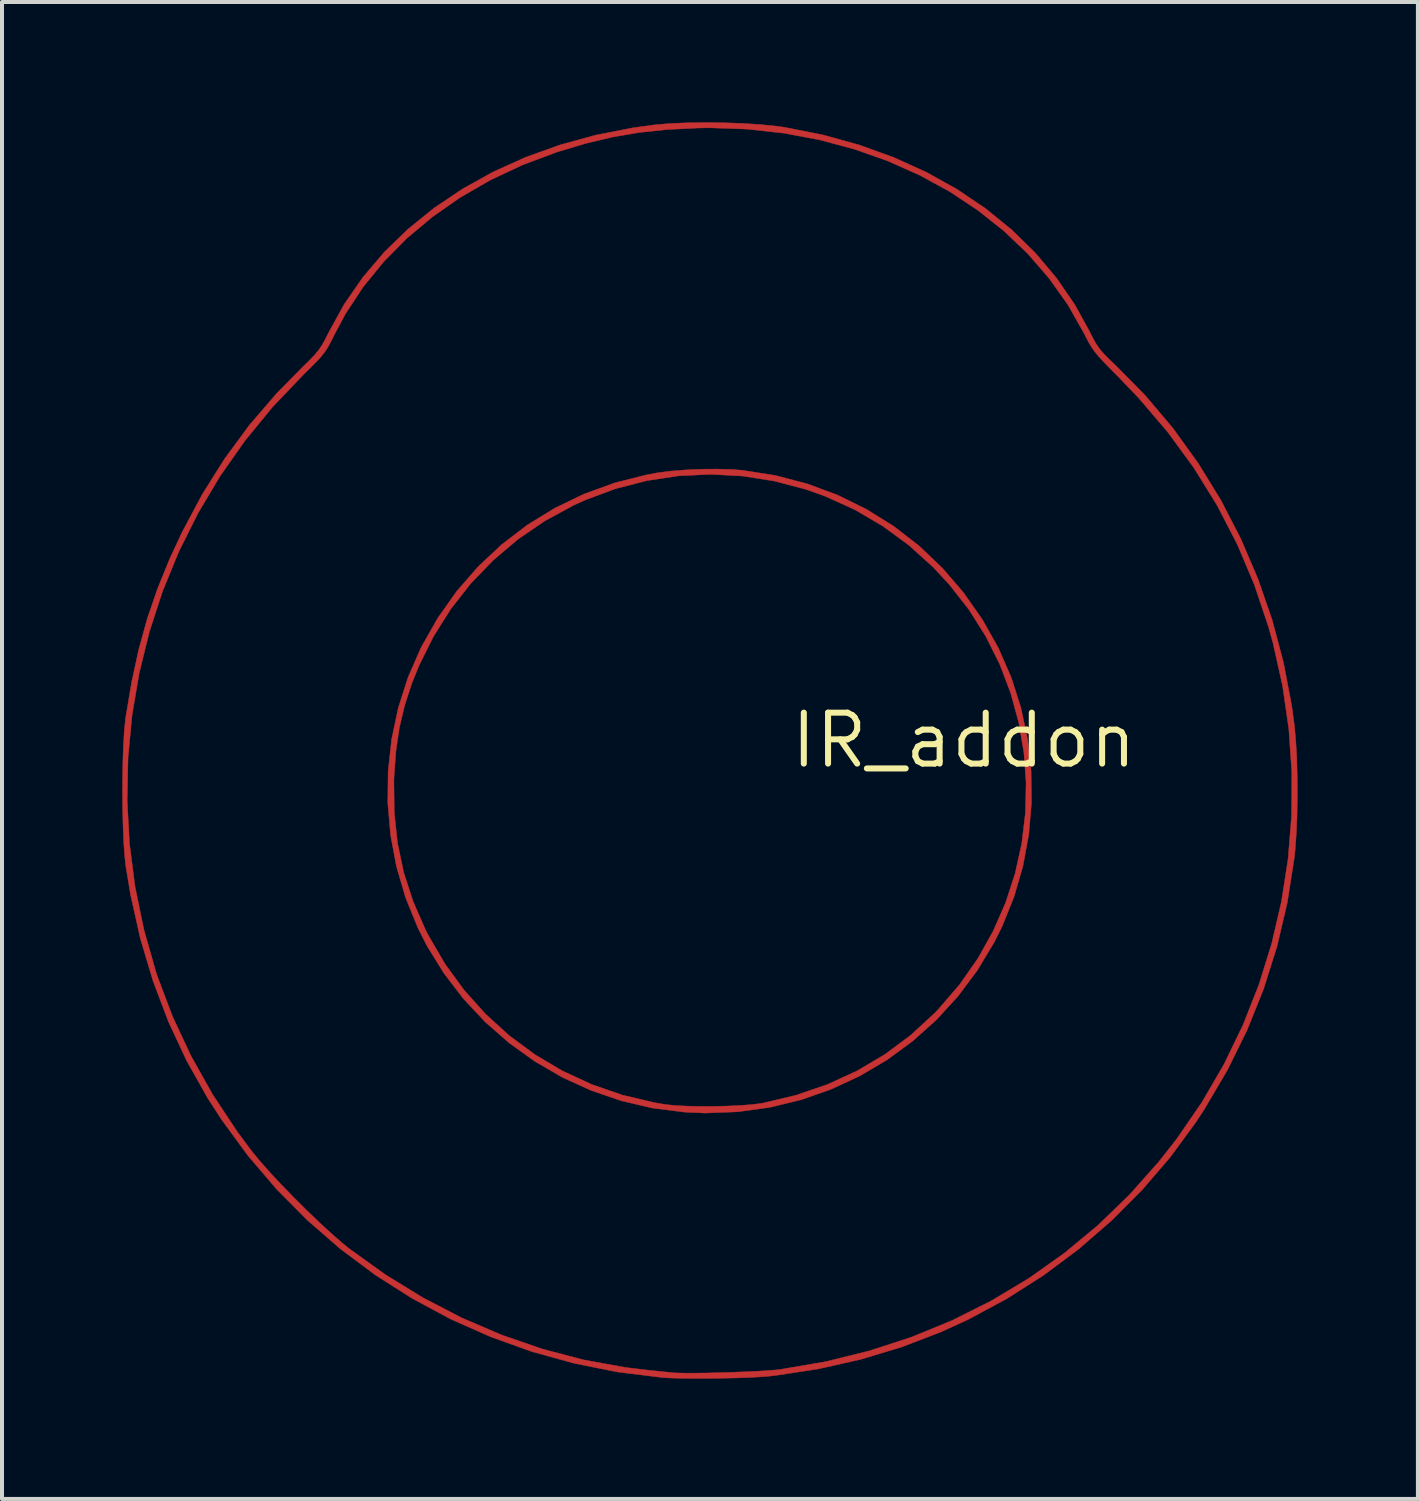
<source format=kicad_pcb>
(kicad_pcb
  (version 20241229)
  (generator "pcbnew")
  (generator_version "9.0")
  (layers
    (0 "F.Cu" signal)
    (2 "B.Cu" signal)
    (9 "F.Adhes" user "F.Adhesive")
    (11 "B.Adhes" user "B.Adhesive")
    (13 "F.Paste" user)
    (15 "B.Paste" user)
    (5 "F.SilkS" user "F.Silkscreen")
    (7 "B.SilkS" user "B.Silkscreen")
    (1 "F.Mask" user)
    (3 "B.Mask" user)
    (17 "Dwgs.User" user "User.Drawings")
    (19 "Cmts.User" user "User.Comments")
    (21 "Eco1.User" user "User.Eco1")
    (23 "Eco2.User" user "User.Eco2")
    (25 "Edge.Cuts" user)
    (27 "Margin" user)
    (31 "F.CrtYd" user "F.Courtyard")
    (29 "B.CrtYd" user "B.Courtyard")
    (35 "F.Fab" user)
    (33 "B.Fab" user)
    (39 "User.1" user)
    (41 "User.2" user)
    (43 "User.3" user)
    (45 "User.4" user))
  (footprint "IR_addon"
    (layer "F.Cu")
    (at 20.984 15.41)
    (property "Reference" "IR_addon" (at 0 0 0) (layer "F.SilkS") (effects (font (size 1.27 1.27) (thickness 0.15))))
    (attr through_hole)
    (fp_poly (pts (xy -5.773 -6.754) (xy -5.524 -6.734) (xy -4.702 -6.605) (xy -3.909 -6.398) (xy -3.149 -6.116) (xy -2.428 -5.761) (xy -1.749 -5.338) (xy -1.116 -4.848) (xy -0.534 -4.294) (xy -0.006 -3.679) (xy 0.464 -3.007) (xy 0.86 -2.303) (xy 1.18 -1.569) (xy 1.423 -0.81) (xy 1.588 -0.031) (xy 1.676 0.759) (xy 1.686 1.554) (xy 1.618 2.347) (xy 1.474 3.13) (xy 1.252 3.897) (xy 0.953 4.64) (xy 0.758 5.032) (xy 0.336 5.734) (xy -0.147 6.381) (xy -0.687 6.971) (xy -1.279 7.501) (xy -1.917 7.968) (xy -2.597 8.369) (xy -3.314 8.702) (xy -4.063 8.964) (xy -4.838 9.152) (xy -5.634 9.262) (xy -6.447 9.294) (xy -6.964 9.271) (xy -7.761 9.17) (xy -8.538 8.989) (xy -9.29 8.732) (xy -10.011 8.404) (xy -10.696 8.006) (xy -11.339 7.545) (xy -11.935 7.023) (xy -12.478 6.443) (xy -12.963 5.811) (xy -13.384 5.13) (xy -13.614 4.677) (xy -13.92 3.925) (xy -14.147 3.152) (xy -14.295 2.363) (xy -14.365 1.565) (xy -14.359 1.002) (xy -14.212 1.002) (xy -14.203 1.801) (xy -14.122 2.563) (xy -13.967 3.297) (xy -13.735 4.013) (xy -13.425 4.722) (xy -13.35 4.869) (xy -12.937 5.577) (xy -12.46 6.231) (xy -11.924 6.828) (xy -11.334 7.364) (xy -10.693 7.837) (xy -10.006 8.244) (xy -9.277 8.581) (xy -8.51 8.846) (xy -7.71 9.035) (xy -7.448 9.079) (xy -7.223 9.104) (xy -6.936 9.119) (xy -6.608 9.127) (xy -6.259 9.127) (xy -5.908 9.119) (xy -5.578 9.104) (xy -5.287 9.082) (xy -5.056 9.053) (xy -5.016 9.046) (xy -4.188 8.849) (xy -3.404 8.581) (xy -2.665 8.242) (xy -1.973 7.833) (xy -1.327 7.353) (xy -0.73 6.803) (xy -0.635 6.704) (xy -0.105 6.088) (xy 0.351 5.435) (xy 0.733 4.751) (xy 1.043 4.042) (xy 1.279 3.313) (xy 1.443 2.569) (xy 1.533 1.815) (xy 1.551 1.059) (xy 1.496 0.304) (xy 1.368 -0.444) (xy 1.167 -1.179) (xy 0.894 -1.896) (xy 0.548 -2.589) (xy 0.13 -3.253) (xy -0.361 -3.882) (xy -0.764 -4.316) (xy -1.373 -4.866) (xy -2.028 -5.346) (xy -2.727 -5.755) (xy -3.465 -6.089) (xy -3.941 -6.258) (xy -4.726 -6.465) (xy -5.522 -6.59) (xy -6.322 -6.633) (xy -7.12 -6.594) (xy -7.911 -6.474) (xy -8.688 -6.273) (xy -9.444 -5.992) (xy -9.73 -5.862) (xy -10.45 -5.471) (xy -11.12 -5.013) (xy -11.735 -4.492) (xy -12.294 -3.913) (xy -12.791 -3.279) (xy -13.223 -2.594) (xy -13.587 -1.863) (xy -13.763 -1.427) (xy -13.944 -0.872) (xy -14.076 -0.315) (xy -14.162 0.269) (xy -14.208 0.902) (xy -14.212 1.002) (xy -14.359 1.002) (xy -14.356 0.766) (xy -14.269 -0.028) (xy -14.103 -0.81) (xy -13.859 -1.573) (xy -13.537 -2.31) (xy -13.525 -2.333) (xy -13.114 -3.056) (xy -12.641 -3.724) (xy -12.108 -4.335) (xy -11.521 -4.885) (xy -10.883 -5.372) (xy -10.198 -5.792) (xy -9.471 -6.142) (xy -8.705 -6.42) (xy -7.904 -6.622) (xy -7.641 -6.671) (xy -7.319 -6.713) (xy -6.943 -6.743) (xy -6.54 -6.761) (xy -6.14 -6.764) (xy -5.773 -6.754)) (stroke (width 0.01) (type solid)) (fill yes) (layer "F.Cu"))
    (fp_poly (pts (xy -5.973 -15.399) (xy -5.502 -15.382) (xy -5.059 -15.353) (xy -4.667 -15.314) (xy -4.466 -15.285) (xy -3.52 -15.098) (xy -2.613 -14.847) (xy -1.751 -14.536) (xy -0.935 -14.166) (xy -0.17 -13.74) (xy 0.54 -13.261) (xy 1.193 -12.73) (xy 1.785 -12.15) (xy 2.312 -11.524) (xy 2.772 -10.853) (xy 3.119 -10.223) (xy 3.217 -10.029) (xy 3.301 -9.88) (xy 3.387 -9.756) (xy 3.492 -9.635) (xy 3.63 -9.495) (xy 3.777 -9.356) (xy 4.525 -8.597) (xy 5.215 -7.78) (xy 5.842 -6.91) (xy 6.406 -5.992) (xy 6.902 -5.032) (xy 7.33 -4.033) (xy 7.687 -3.002) (xy 7.969 -1.942) (xy 8.175 -0.86) (xy 8.24 -0.381) (xy 8.275 -0.005) (xy 8.3 0.432) (xy 8.313 0.908) (xy 8.316 1.4) (xy 8.307 1.887) (xy 8.288 2.345) (xy 8.258 2.753) (xy 8.24 2.921) (xy 8.065 4.042) (xy 7.81 5.131) (xy 7.477 6.19) (xy 7.064 7.22) (xy 6.572 8.22) (xy 6 9.192) (xy 5.782 9.525) (xy 5.148 10.39) (xy 4.446 11.208) (xy 3.682 11.975) (xy 2.861 12.686) (xy 1.989 13.337) (xy 1.071 13.922) (xy 0.113 14.438) (xy -0.574 14.753) (xy -1.555 15.129) (xy -2.578 15.437) (xy -3.629 15.674) (xy -4.697 15.837) (xy -4.847 15.854) (xy -5.064 15.871) (xy -5.344 15.886) (xy -5.67 15.898) (xy -6.021 15.906) (xy -6.38 15.91) (xy -6.728 15.911) (xy -7.047 15.908) (xy -7.318 15.9) (xy -7.514 15.889) (xy -8.626 15.752) (xy -9.715 15.535) (xy -10.776 15.241) (xy -11.805 14.871) (xy -12.801 14.429) (xy -13.758 13.915) (xy -14.674 13.332) (xy -15.544 12.683) (xy -16.366 11.969) (xy -17.136 11.193) (xy -17.851 10.356) (xy -18.506 9.462) (xy -18.856 8.92) (xy -19.377 7.995) (xy -19.832 7.02) (xy -20.218 6) (xy -20.535 4.942) (xy -20.779 3.85) (xy -20.898 3.133) (xy -20.926 2.873) (xy -20.949 2.547) (xy -20.965 2.171) (xy -20.975 1.76) (xy -20.978 1.501) (xy -20.863 1.501) (xy -20.805 2.574) (xy -20.667 3.647) (xy -20.447 4.716) (xy -20.145 5.777) (xy -20.11 5.884) (xy -19.73 6.889) (xy -19.27 7.873) (xy -18.731 8.832) (xy -18.117 9.76) (xy -17.756 10.245) (xy -17.56 10.483) (xy -17.313 10.763) (xy -17.028 11.069) (xy -16.718 11.388) (xy -16.397 11.708) (xy -16.08 12.013) (xy -15.778 12.291) (xy -15.507 12.529) (xy -15.325 12.676) (xy -14.425 13.322) (xy -13.488 13.898) (xy -12.52 14.4) (xy -11.525 14.827) (xy -10.51 15.177) (xy -9.479 15.448) (xy -8.437 15.637) (xy -7.895 15.702) (xy -7.689 15.723) (xy -7.498 15.743) (xy -7.349 15.758) (xy -7.281 15.766) (xy -7.147 15.774) (xy -6.943 15.778) (xy -6.685 15.778) (xy -6.389 15.774) (xy -6.07 15.766) (xy -5.743 15.756) (xy -5.423 15.743) (xy -5.126 15.729) (xy -4.867 15.713) (xy -4.662 15.696) (xy -4.572 15.685) (xy -3.451 15.493) (xy -2.362 15.224) (xy -1.308 14.881) (xy -0.292 14.464) (xy 0.683 13.975) (xy 1.616 13.416) (xy 2.503 12.788) (xy 3.341 12.093) (xy 4.128 11.332) (xy 4.861 10.507) (xy 5.318 9.924) (xy 5.939 9.018) (xy 6.487 8.075) (xy 6.959 7.098) (xy 7.356 6.093) (xy 7.676 5.064) (xy 7.919 4.015) (xy 8.084 2.952) (xy 8.17 1.878) (xy 8.176 0.799) (xy 8.102 -0.281) (xy 7.946 -1.358) (xy 7.708 -2.426) (xy 7.596 -2.827) (xy 7.244 -3.877) (xy 6.817 -4.887) (xy 6.315 -5.858) (xy 5.738 -6.79) (xy 5.086 -7.683) (xy 4.359 -8.535) (xy 3.889 -9.026) (xy 3.671 -9.245) (xy 3.503 -9.418) (xy 3.374 -9.557) (xy 3.275 -9.675) (xy 3.196 -9.785) (xy 3.125 -9.9) (xy 3.054 -10.034) (xy 2.987 -10.165) (xy 2.59 -10.866) (xy 2.123 -11.523) (xy 1.591 -12.136) (xy 0.997 -12.702) (xy 0.347 -13.218) (xy -0.355 -13.683) (xy -1.104 -14.092) (xy -1.896 -14.445) (xy -2.727 -14.739) (xy -3.591 -14.971) (xy -4.484 -15.139) (xy -5.403 -15.24) (xy -6.341 -15.273) (xy -6.646 -15.268) (xy -7.394 -15.23) (xy -8.09 -15.157) (xy -8.758 -15.043) (xy -9.427 -14.884) (xy -10.122 -14.676) (xy -10.151 -14.667) (xy -11.001 -14.349) (xy -11.804 -13.972) (xy -12.557 -13.538) (xy -13.254 -13.051) (xy -13.893 -12.515) (xy -14.469 -11.931) (xy -14.979 -11.305) (xy -15.418 -10.637) (xy -15.692 -10.125) (xy -15.778 -9.952) (xy -15.852 -9.814) (xy -15.926 -9.698) (xy -16.012 -9.586) (xy -16.122 -9.463) (xy -16.269 -9.314) (xy -16.464 -9.123) (xy -16.477 -9.109) (xy -17.238 -8.312) (xy -17.929 -7.468) (xy -18.55 -6.583) (xy -19.099 -5.66) (xy -19.576 -4.704) (xy -19.98 -3.718) (xy -20.309 -2.708) (xy -20.563 -1.677) (xy -20.741 -0.629) (xy -20.841 0.432) (xy -20.863 1.501) (xy -20.978 1.501) (xy -20.979 1.331) (xy -20.977 0.901) (xy -20.969 0.486) (xy -20.955 0.102) (xy -20.935 -0.235) (xy -20.908 -0.508) (xy -20.9 -0.572) (xy -20.753 -1.446) (xy -20.576 -2.26) (xy -20.363 -3.031) (xy -20.107 -3.779) (xy -19.804 -4.523) (xy -19.496 -5.186) (xy -18.99 -6.135) (xy -18.434 -7.02) (xy -17.821 -7.853) (xy -17.143 -8.643) (xy -16.5 -9.297) (xy -16.319 -9.474) (xy -16.185 -9.614) (xy -16.084 -9.736) (xy -16.001 -9.86) (xy -15.92 -10.006) (xy -15.841 -10.165) (xy -15.45 -10.876) (xy -14.987 -11.544) (xy -14.458 -12.168) (xy -13.864 -12.745) (xy -13.211 -13.273) (xy -12.502 -13.749) (xy -11.741 -14.172) (xy -10.931 -14.538) (xy -10.077 -14.845) (xy -9.182 -15.091) (xy -8.249 -15.274) (xy -7.705 -15.348) (xy -7.337 -15.38) (xy -6.912 -15.398) (xy -6.45 -15.405) (xy -5.973 -15.399)) (stroke (width 0.01) (type solid)) (fill yes) (layer "F.Cu")))
  (gr_rect
    (start -3 -3)
    (end 32.305 34.326)
    (stroke (width 0.1) (type default))
    (fill no)
    (layer "Edge.Cuts")))
</source>
